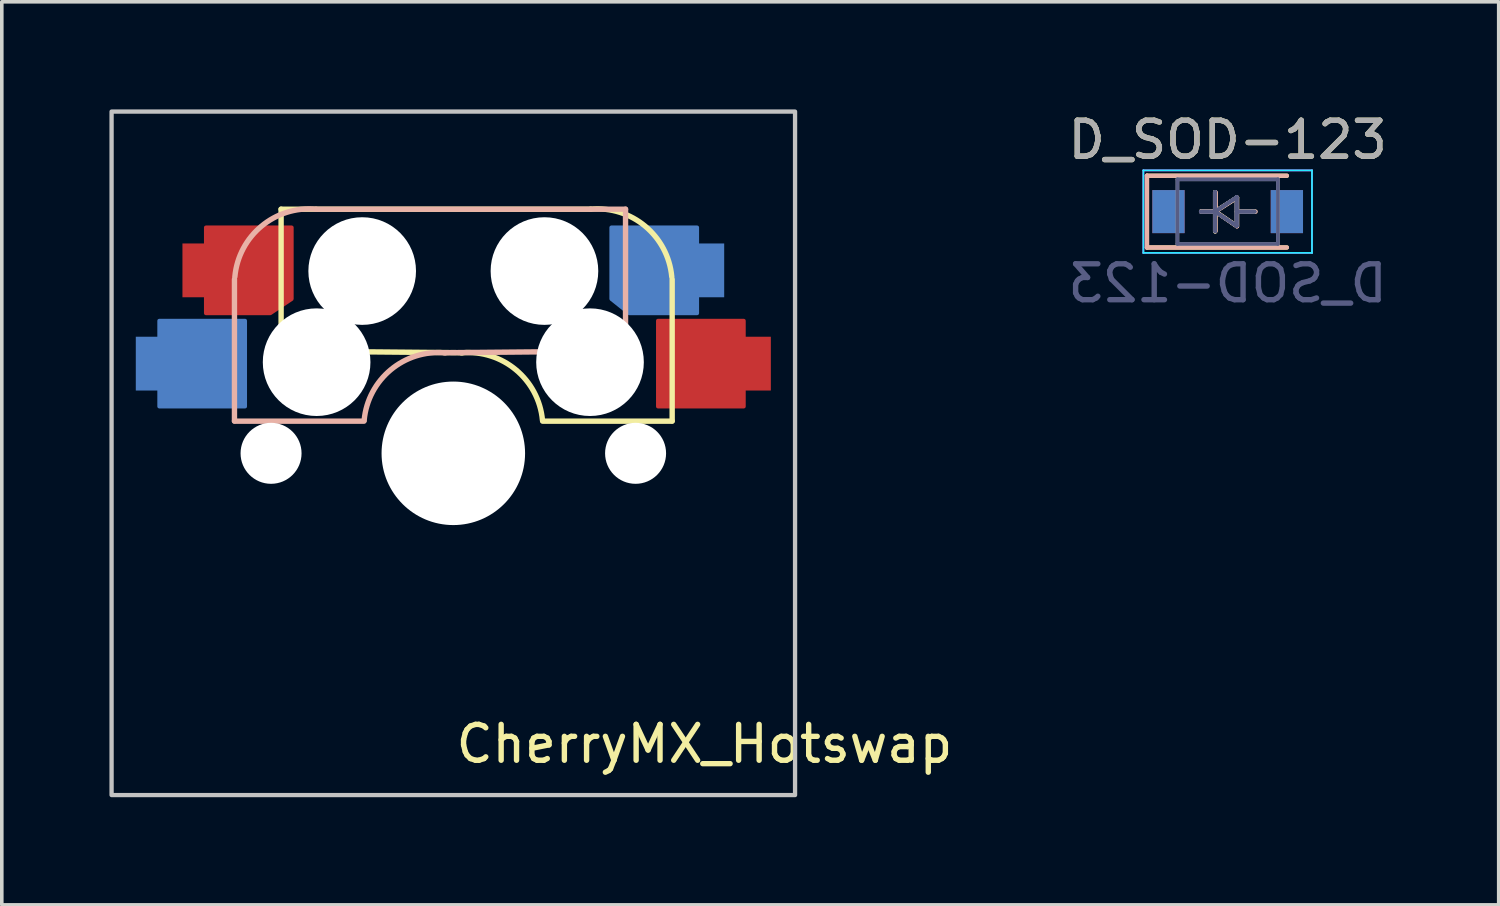
<source format=kicad_pcb>
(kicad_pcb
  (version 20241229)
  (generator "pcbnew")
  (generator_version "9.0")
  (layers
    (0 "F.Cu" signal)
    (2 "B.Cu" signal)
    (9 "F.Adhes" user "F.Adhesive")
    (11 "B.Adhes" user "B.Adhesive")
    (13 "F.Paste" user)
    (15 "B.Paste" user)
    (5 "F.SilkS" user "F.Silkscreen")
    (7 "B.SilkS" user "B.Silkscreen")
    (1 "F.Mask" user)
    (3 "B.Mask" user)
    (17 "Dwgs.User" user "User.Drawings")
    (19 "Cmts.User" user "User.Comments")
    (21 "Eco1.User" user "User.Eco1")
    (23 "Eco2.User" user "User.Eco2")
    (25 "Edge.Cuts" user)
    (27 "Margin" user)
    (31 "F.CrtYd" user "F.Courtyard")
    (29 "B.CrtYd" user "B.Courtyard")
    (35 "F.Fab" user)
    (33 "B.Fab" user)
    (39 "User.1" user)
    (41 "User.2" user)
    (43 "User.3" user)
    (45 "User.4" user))
  (footprint "CherryMX_Hotswap"
    (layer "F.Cu")
    (at 9.585 9.585)
    (property "Reference" "CherryMX_Hotswap" (at 7 8.1 0) (layer "F.SilkS") (effects (font (size 1 1) (thickness 0.15))))
    (attr through_hole)
    (fp_line (start -4.8 -6.804) (end 3.825 -6.804) (stroke (width 0.15) (type solid)) (layer "F.SilkS"))
    (fp_line (start -4.8 -2.896) (end -4.8 -6.804) (stroke (width 0.15) (type solid)) (layer "F.SilkS"))
    (fp_line (start -4.8 -2.85) (end 0.25 -2.804) (stroke (width 0.15) (type solid)) (layer "F.SilkS"))
    (fp_line (start 6.1 -4.85) (end 6.1 -0.905) (stroke (width 0.15) (type solid)) (layer "F.SilkS"))
    (fp_line (start 6.1 -0.896) (end 2.49 -0.896) (stroke (width 0.15) (type solid)) (layer "F.SilkS"))
    (fp_arc (start 0.225 -2.8) (mid 1.744361 -2.328062) (end 2.485001 -0.920001) (stroke (width 0.15) (type solid)) (layer "F.SilkS"))
    (fp_arc (start 3.825 -6.804) (mid 5.347189 -6.33089) (end 6.089 -4.92) (stroke (width 0.15) (type solid)) (layer "F.SilkS"))
    (fp_line (start -6.1 -4.85) (end -6.1 -0.905) (stroke (width 0.15) (type solid)) (layer "B.SilkS"))
    (fp_line (start -6.1 -0.896) (end -2.49 -0.896) (stroke (width 0.15) (type solid)) (layer "B.SilkS"))
    (fp_line (start 4.8 -6.804) (end -3.825 -6.804) (stroke (width 0.15) (type solid)) (layer "B.SilkS"))
    (fp_line (start 4.8 -2.896) (end 4.8 -6.804) (stroke (width 0.15) (type solid)) (layer "B.SilkS"))
    (fp_line (start 4.8 -2.85) (end -0.25 -2.804) (stroke (width 0.15) (type solid)) (layer "B.SilkS"))
    (fp_arc (start -6.089 -4.92) (mid -5.347189 -6.33089) (end -3.825 -6.804) (stroke (width 0.15) (type solid)) (layer "B.SilkS"))
    (fp_arc (start -2.484999 -0.920001) (mid -1.74436 -2.328062) (end -0.225 -2.8) (stroke (width 0.15) (type solid)) (layer "B.SilkS"))
    (fp_rect (start -9.525 -9.525) (end 9.525 9.525) (stroke (width 0.12) (type solid)) (fill no) (layer "Dwgs.User"))
    (fp_line (start -7 -7) (end 7 -7) (stroke (width 0.15) (type solid)) (layer "Eco2.User"))
    (fp_line (start -7 7) (end -7 -7) (stroke (width 0.15) (type solid)) (layer "Eco2.User"))
    (fp_line (start 7 -7) (end 7 7) (stroke (width 0.15) (type solid)) (layer "Eco2.User"))
    (fp_line (start 7 7) (end -7 7) (stroke (width 0.15) (type solid)) (layer "Eco2.User"))
    (pad "" np_thru_hole circle (at -5.08 0) (size 1.7 1.7) (drill 1.7) (layers "*.Cu" "*.Mask"))
    (pad "" np_thru_hole circle (at -3.81 -2.54 180) (size 3 3) (drill 3) (layers "*.Cu" "*.Mask"))
    (pad "" np_thru_hole circle (at -2.54 -5.08 180) (size 3 3) (drill 3) (layers "*.Cu" "*.Mask"))
    (pad "" np_thru_hole circle (at 0 0 90) (size 4 4) (drill 4) (layers "*.Cu" "*.Mask"))
    (pad "" np_thru_hole circle (at 2.54 -5.08 180) (size 3 3) (drill 3) (layers "*.Cu" "*.Mask"))
    (pad "" np_thru_hole circle (at 3.81 -2.54 180) (size 3 3) (drill 3) (layers "*.Cu" "*.Mask"))
    (pad "" np_thru_hole circle (at 5.08 0) (size 1.7 1.7) (drill 1.7) (layers "*.Cu" "*.Mask"))
    (pad "1" smd custom (at -8.5 -2.5) (size 0.7 1.5) (layers "B.Cu" "B.Mask" "B.Paste") (options (anchor rect)) (primitives (gr_poly (pts (xy 0.3 -1.2) (xy 2.7 -1.2) (xy 2.7 1.2) (xy 0.3 1.2)) (width 0.1) (fill yes))))
    (pad "1" smd custom (at -7.2 -5.1) (size 0.7 1.5) (layers "F.Cu" "F.Mask" "F.Paste") (options (anchor rect)) (primitives (gr_poly (pts (xy 0.3 -1.2) (xy 0.3 1.2) (xy 2.1 1.2) (xy 2.7 0.8) (xy 2.7 -1.2)) (width 0.1) (fill yes))))
    (pad "2" smd custom (at 7.2 -5.1) (size 0.7 1.5) (layers "B.Cu" "B.Mask" "B.Paste") (options (anchor rect)) (primitives (gr_poly (pts (xy -0.4 -1.2) (xy -2.8 -1.2) (xy -2.8 0.8) (xy -2.3 1.2) (xy -0.4 1.2)) (width 0.1) (fill yes))))
    (pad "2" smd custom (at 8.5 -2.5) (size 0.7 1.5) (layers "F.Cu" "F.Mask" "F.Paste") (options (anchor rect)) (primitives (gr_poly (pts (xy -2.8 -1.2) (xy -0.4 -1.2) (xy -0.4 1.2) (xy -2.8 1.2)) (width 0.1) (fill yes)))))
  (footprint "D_SOD-123"
    (layer "F.Cu")
    (at 31.168 2.848)
    (property "Reference" "D_SOD-123" (at 0 -2 0) (layer "F.SilkS") (effects (font (size 1 1) (thickness 0.15))))
    (attr smd)
    (fp_line (start -2.25 -1) (end -2.25 1) (stroke (width 0.12) (type solid)) (layer "F.SilkS"))
    (fp_line (start -2.25 -1) (end 1.65 -1) (stroke (width 0.12) (type solid)) (layer "F.SilkS"))
    (fp_line (start -2.25 1) (end 1.65 1) (stroke (width 0.12) (type solid)) (layer "F.SilkS"))
    (fp_line (start -0.35 -0.54) (end -0.35 -0.02) (stroke (width 0.12) (type solid)) (layer "F.SilkS"))
    (fp_line (start -0.35 -0.02) (end -0.35 0.55) (stroke (width 0.12) (type solid)) (layer "F.SilkS"))
    (fp_line (start -0.35 -0.01) (end -0.74 -0.01) (stroke (width 0.12) (type solid)) (layer "F.SilkS"))
    (fp_line (start -0.35 -0.01) (end -0.35 -0.54) (stroke (width 0.12) (type solid)) (layer "F.SilkS"))
    (fp_line (start -0.35 -0.01) (end 0.25 0.4) (stroke (width 0.12) (type solid)) (layer "F.SilkS"))
    (fp_line (start -0.35 0.55) (end -0.35 -0.01) (stroke (width 0.12) (type solid)) (layer "F.SilkS"))
    (fp_line (start 0.26 -0.39) (end -0.35 -0.01) (stroke (width 0.12) (type solid)) (layer "F.SilkS"))
    (fp_line (start 0.26 0) (end 0.26 -0.39) (stroke (width 0.12) (type solid)) (layer "F.SilkS"))
    (fp_line (start 0.26 0) (end 0.26 0.4) (stroke (width 0.12) (type solid)) (layer "F.SilkS"))
    (fp_line (start 0.76 0) (end 0.26 0) (stroke (width 0.12) (type solid)) (layer "F.SilkS"))
    (fp_line (start -2.25 -1) (end 1.65 -1) (stroke (width 0.12) (type solid)) (layer "B.SilkS"))
    (fp_line (start -2.25 1) (end -2.25 -1) (stroke (width 0.12) (type solid)) (layer "B.SilkS"))
    (fp_line (start -2.25 1) (end 1.65 1) (stroke (width 0.12) (type solid)) (layer "B.SilkS"))
    (fp_line (start -0.74 0) (end -0.34 0) (stroke (width 0.12) (type solid)) (layer "B.SilkS"))
    (fp_line (start -0.34 -0.54) (end -0.34 0.55) (stroke (width 0.12) (type solid)) (layer "B.SilkS"))
    (fp_line (start -0.34 0) (end -0.74 0) (stroke (width 0.12) (type solid)) (layer "B.SilkS"))
    (fp_line (start -0.34 0) (end -0.34 -0.54) (stroke (width 0.12) (type solid)) (layer "B.SilkS"))
    (fp_line (start -0.34 0) (end 0.26 -0.39) (stroke (width 0.12) (type solid)) (layer "B.SilkS"))
    (fp_line (start 0.26 -0.39) (end 0.26 0) (stroke (width 0.12) (type solid)) (layer "B.SilkS"))
    (fp_line (start 0.26 0) (end 0.26 0.41) (stroke (width 0.12) (type solid)) (layer "B.SilkS"))
    (fp_line (start 0.26 0.41) (end -0.34 0) (stroke (width 0.12) (type solid)) (layer "B.SilkS"))
    (fp_line (start 0.78 0) (end 0.26 0) (stroke (width 0.12) (type solid)) (layer "B.SilkS"))
    (fp_line (start -2.35 1.15) (end -2.35 -1.15) (stroke (width 0.05) (type solid)) (layer "B.CrtYd"))
    (fp_line (start -2.35 1.15) (end 2.35 1.15) (stroke (width 0.05) (type solid)) (layer "B.CrtYd"))
    (fp_line (start 2.35 -1.15) (end -2.35 -1.15) (stroke (width 0.05) (type solid)) (layer "B.CrtYd"))
    (fp_line (start 2.35 1.15) (end 2.35 -1.15) (stroke (width 0.05) (type solid)) (layer "B.CrtYd"))
    (fp_line (start -2.35 -1.15) (end -2.35 1.15) (stroke (width 0.05) (type solid)) (layer "F.CrtYd"))
    (fp_line (start -2.35 -1.15) (end 2.35 -1.15) (stroke (width 0.05) (type solid)) (layer "F.CrtYd"))
    (fp_line (start 2.35 -1.15) (end 2.35 1.15) (stroke (width 0.05) (type solid)) (layer "F.CrtYd"))
    (fp_line (start 2.35 1.15) (end -2.35 1.15) (stroke (width 0.05) (type solid)) (layer "F.CrtYd"))
    (fp_line (start -1.4 -0.9) (end -1.4 0.9) (stroke (width 0.1) (type solid)) (layer "B.Fab"))
    (fp_line (start -1.4 0.9) (end 1.4 0.9) (stroke (width 0.1) (type solid)) (layer "B.Fab"))
    (fp_line (start -0.75 0) (end -0.35 0) (stroke (width 0.1) (type solid)) (layer "B.Fab"))
    (fp_line (start -0.75 0) (end -0.35 0) (stroke (width 0.1) (type solid)) (layer "B.Fab"))
    (fp_line (start -0.75 0) (end -0.35 0) (stroke (width 0.1) (type solid)) (layer "B.Fab"))
    (fp_line (start -0.35 0) (end -0.35 -0.55) (stroke (width 0.1) (type solid)) (layer "B.Fab"))
    (fp_line (start -0.35 0) (end -0.35 -0.55) (stroke (width 0.1) (type solid)) (layer "B.Fab"))
    (fp_line (start -0.35 0) (end -0.35 -0.55) (stroke (width 0.1) (type solid)) (layer "B.Fab"))
    (fp_line (start -0.35 0) (end -0.35 0.55) (stroke (width 0.1) (type solid)) (layer "B.Fab"))
    (fp_line (start -0.35 0) (end -0.35 0.55) (stroke (width 0.1) (type solid)) (layer "B.Fab"))
    (fp_line (start -0.35 0) (end -0.35 0.55) (stroke (width 0.1) (type solid)) (layer "B.Fab"))
    (fp_line (start -0.35 0) (end 0.25 0.4) (stroke (width 0.1) (type solid)) (layer "B.Fab"))
    (fp_line (start -0.35 0) (end 0.25 0.4) (stroke (width 0.1) (type solid)) (layer "B.Fab"))
    (fp_line (start -0.35 0) (end 0.25 0.4) (stroke (width 0.1) (type solid)) (layer "B.Fab"))
    (fp_line (start 0.25 -0.4) (end -0.35 0) (stroke (width 0.1) (type solid)) (layer "B.Fab"))
    (fp_line (start 0.25 -0.4) (end -0.35 0) (stroke (width 0.1) (type solid)) (layer "B.Fab"))
    (fp_line (start 0.25 -0.4) (end -0.35 0) (stroke (width 0.1) (type solid)) (layer "B.Fab"))
    (fp_line (start 0.25 0) (end 0.75 0) (stroke (width 0.1) (type solid)) (layer "B.Fab"))
    (fp_line (start 0.25 0) (end 0.75 0) (stroke (width 0.1) (type solid)) (layer "B.Fab"))
    (fp_line (start 0.25 0) (end 0.75 0) (stroke (width 0.1) (type solid)) (layer "B.Fab"))
    (fp_line (start 0.25 0.4) (end 0.25 -0.4) (stroke (width 0.1) (type solid)) (layer "B.Fab"))
    (fp_line (start 0.25 0.4) (end 0.25 -0.4) (stroke (width 0.1) (type solid)) (layer "B.Fab"))
    (fp_line (start 0.25 0.4) (end 0.25 -0.4) (stroke (width 0.1) (type solid)) (layer "B.Fab"))
    (fp_line (start 1.4 -0.9) (end -1.4 -0.9) (stroke (width 0.1) (type solid)) (layer "B.Fab"))
    (fp_line (start 1.4 0.9) (end 1.4 -0.9) (stroke (width 0.1) (type solid)) (layer "B.Fab"))
    (fp_line (start -1.4 -0.9) (end 1.4 -0.9) (stroke (width 0.1) (type solid)) (layer "F.Fab"))
    (fp_line (start -1.4 0.9) (end -1.4 -0.9) (stroke (width 0.1) (type solid)) (layer "F.Fab"))
    (fp_line (start -0.75 0) (end -0.35 0) (stroke (width 0.1) (type solid)) (layer "F.Fab"))
    (fp_line (start -0.75 0) (end -0.35 0) (stroke (width 0.1) (type solid)) (layer "F.Fab"))
    (fp_line (start -0.75 0) (end -0.35 0) (stroke (width 0.1) (type solid)) (layer "F.Fab"))
    (fp_line (start -0.35 0) (end -0.35 -0.55) (stroke (width 0.1) (type solid)) (layer "F.Fab"))
    (fp_line (start -0.35 0) (end -0.35 -0.55) (stroke (width 0.1) (type solid)) (layer "F.Fab"))
    (fp_line (start -0.35 0) (end -0.35 -0.55) (stroke (width 0.1) (type solid)) (layer "F.Fab"))
    (fp_line (start -0.35 0) (end -0.35 0.55) (stroke (width 0.1) (type solid)) (layer "F.Fab"))
    (fp_line (start -0.35 0) (end -0.35 0.55) (stroke (width 0.1) (type solid)) (layer "F.Fab"))
    (fp_line (start -0.35 0) (end -0.35 0.55) (stroke (width 0.1) (type solid)) (layer "F.Fab"))
    (fp_line (start -0.35 0) (end 0.25 -0.4) (stroke (width 0.1) (type solid)) (layer "F.Fab"))
    (fp_line (start -0.35 0) (end 0.25 -0.4) (stroke (width 0.1) (type solid)) (layer "F.Fab"))
    (fp_line (start -0.35 0) (end 0.25 -0.4) (stroke (width 0.1) (type solid)) (layer "F.Fab"))
    (fp_line (start 0.25 -0.4) (end 0.25 0.4) (stroke (width 0.1) (type solid)) (layer "F.Fab"))
    (fp_line (start 0.25 -0.4) (end 0.25 0.4) (stroke (width 0.1) (type solid)) (layer "F.Fab"))
    (fp_line (start 0.25 -0.4) (end 0.25 0.4) (stroke (width 0.1) (type solid)) (layer "F.Fab"))
    (fp_line (start 0.25 0) (end 0.75 0) (stroke (width 0.1) (type solid)) (layer "F.Fab"))
    (fp_line (start 0.25 0) (end 0.75 0) (stroke (width 0.1) (type solid)) (layer "F.Fab"))
    (fp_line (start 0.25 0) (end 0.75 0) (stroke (width 0.1) (type solid)) (layer "F.Fab"))
    (fp_line (start 0.25 0.4) (end -0.35 0) (stroke (width 0.1) (type solid)) (layer "F.Fab"))
    (fp_line (start 0.25 0.4) (end -0.35 0) (stroke (width 0.1) (type solid)) (layer "F.Fab"))
    (fp_line (start 0.25 0.4) (end -0.35 0) (stroke (width 0.1) (type solid)) (layer "F.Fab"))
    (fp_line (start 1.4 -0.9) (end 1.4 0.9) (stroke (width 0.1) (type solid)) (layer "F.Fab"))
    (fp_line (start 1.4 0.9) (end -1.4 0.9) (stroke (width 0.1) (type solid)) (layer "F.Fab"))
    (fp_text user "${REFERENCE}" (at 0 2 180) (layer "B.Fab") (effects (font (size 1 1) (thickness 0.15)) (justify mirror)))
    (fp_text user "${REFERENCE}" (at 0 -2 0) (layer "F.Fab") (effects (font (size 1 1) (thickness 0.15))))
    (pad "1" smd rect (at -1.65 0) (size 0.9 1.2) (layers "F.Cu" "F.Mask" "F.Paste"))
    (pad "1" smd rect (at -1.65 0 180) (size 0.9 1.2) (layers "B.Cu" "B.Mask" "B.Paste"))
    (pad "2" smd rect (at 1.65 0) (size 0.9 1.2) (layers "F.Cu" "F.Mask" "F.Paste"))
    (pad "2" smd rect (at 1.65 0 180) (size 0.9 1.2) (layers "B.Cu" "B.Mask" "B.Paste")))
  (gr_rect
    (start -3 -3)
    (end 38.722 22.17)
    (stroke (width 0.1) (type default))
    (fill no)
    (layer "Edge.Cuts")))
</source>
